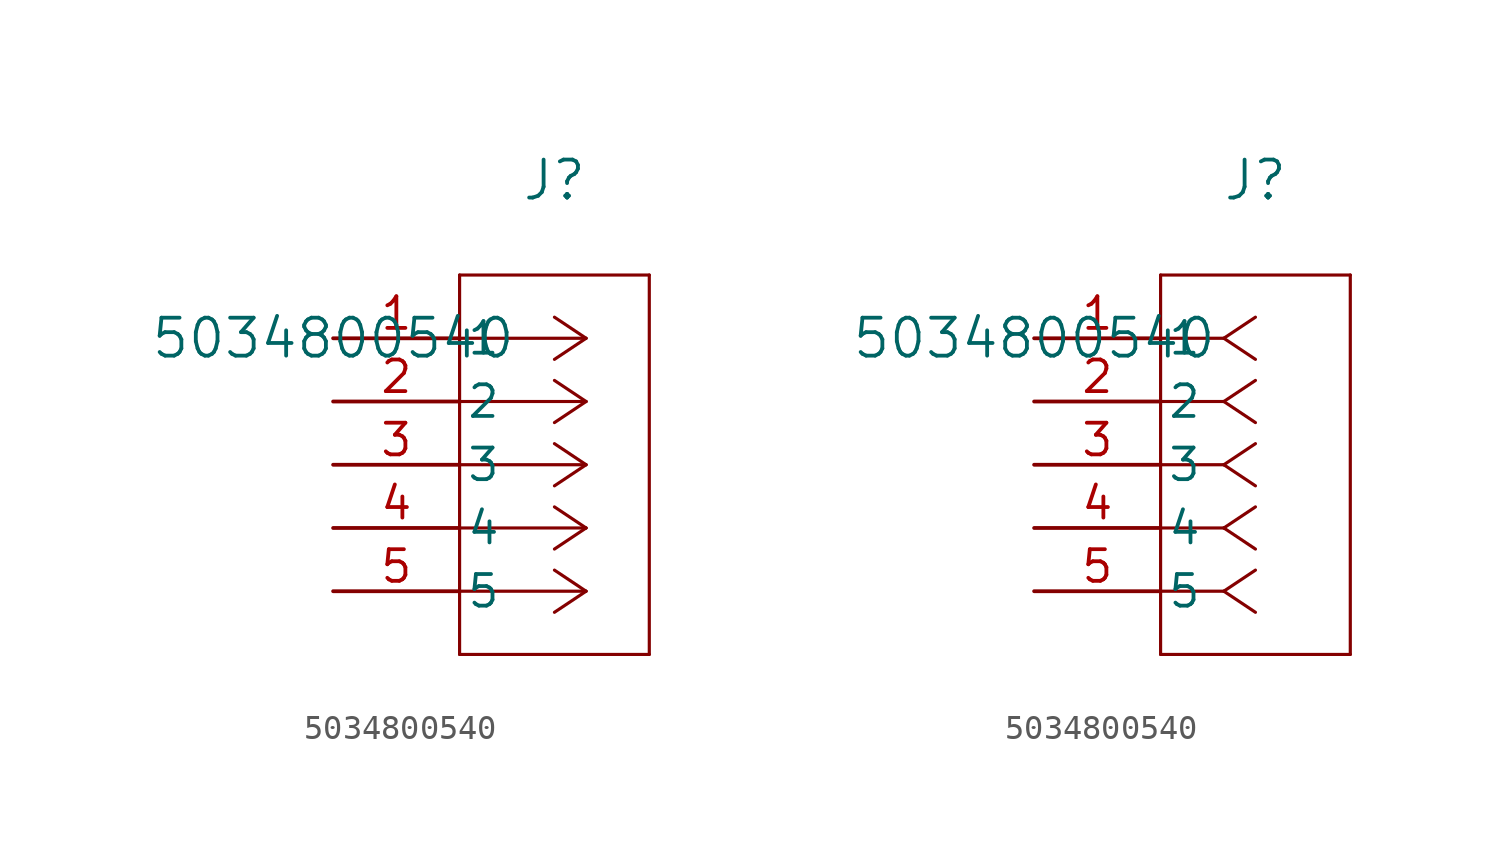
<source format=kicad_sym>
(kicad_symbol_lib
  (version 20211014)
  (generator kicad_symbol_editor)
  (symbol "5034800540"
    (pin_names
      (offset 0.254))
    (property "Reference" "J"
      (at 8.89 6.35 0)
      (effects (font (size 1.524 1.524))))
    (property "Value" "5034800540"
      (at 0 0 0)
      (effects (font (size 1.524 1.524))))
    (symbol "5034800540_1_1"
      (polyline (pts (xy 10.16 0) (xy 5.08 0)) (stroke (width 0.127) (type default) (color 0 0 0 0)) (fill (type none)))
      (polyline (pts (xy 10.16 -2.54) (xy 5.08 -2.54)) (stroke (width 0.127) (type default) (color 0 0 0 0)) (fill (type none)))
      (polyline (pts (xy 10.16 -5.08) (xy 5.08 -5.08)) (stroke (width 0.127) (type default) (color 0 0 0 0)) (fill (type none)))
      (polyline (pts (xy 10.16 -7.62) (xy 5.08 -7.62)) (stroke (width 0.127) (type default) (color 0 0 0 0)) (fill (type none)))
      (polyline (pts (xy 10.16 -10.16) (xy 5.08 -10.16)) (stroke (width 0.127) (type default) (color 0 0 0 0)) (fill (type none)))
      (polyline (pts (xy 10.16 0) (xy 8.89 0.847)) (stroke (width 0.127) (type default) (color 0 0 0 0)) (fill (type none)))
      (polyline (pts (xy 10.16 -2.54) (xy 8.89 -1.693)) (stroke (width 0.127) (type default) (color 0 0 0 0)) (fill (type none)))
      (polyline (pts (xy 10.16 -5.08) (xy 8.89 -4.233)) (stroke (width 0.127) (type default) (color 0 0 0 0)) (fill (type none)))
      (polyline (pts (xy 10.16 -7.62) (xy 8.89 -6.773)) (stroke (width 0.127) (type default) (color 0 0 0 0)) (fill (type none)))
      (polyline (pts (xy 10.16 -10.16) (xy 8.89 -9.313)) (stroke (width 0.127) (type default) (color 0 0 0 0)) (fill (type none)))
      (polyline (pts (xy 10.16 0) (xy 8.89 -0.847)) (stroke (width 0.127) (type default) (color 0 0 0 0)) (fill (type none)))
      (polyline (pts (xy 10.16 -2.54) (xy 8.89 -3.387)) (stroke (width 0.127) (type default) (color 0 0 0 0)) (fill (type none)))
      (polyline (pts (xy 10.16 -5.08) (xy 8.89 -5.927)) (stroke (width 0.127) (type default) (color 0 0 0 0)) (fill (type none)))
      (polyline (pts (xy 10.16 -7.62) (xy 8.89 -8.467)) (stroke (width 0.127) (type default) (color 0 0 0 0)) (fill (type none)))
      (polyline (pts (xy 10.16 -10.16) (xy 8.89 -11.007)) (stroke (width 0.127) (type default) (color 0 0 0 0)) (fill (type none)))
      (polyline (pts (xy 5.08 2.54) (xy 5.08 -12.7)) (stroke (width 0.127) (type default) (color 0 0 0 0)) (fill (type none)))
      (polyline (pts (xy 5.08 -12.7) (xy 12.7 -12.7)) (stroke (width 0.127) (type default) (color 0 0 0 0)) (fill (type none)))
      (polyline (pts (xy 12.7 -12.7) (xy 12.7 2.54)) (stroke (width 0.127) (type default) (color 0 0 0 0)) (fill (type none)))
      (polyline (pts (xy 12.7 2.54) (xy 5.08 2.54)) (stroke (width 0.127) (type default) (color 0 0 0 0)) (fill (type none)))
      (pin unspecified line (at 0 0 0) (length 5.08) (name "1" (effects (font (size 1.27 1.27)))) (number "1" (effects (font (size 1.27 1.27)))))
      (pin unspecified line (at 0 -2.54 0) (length 5.08) (name "2" (effects (font (size 1.27 1.27)))) (number "2" (effects (font (size 1.27 1.27)))))
      (pin unspecified line (at 0 -5.08 0) (length 5.08) (name "3" (effects (font (size 1.27 1.27)))) (number "3" (effects (font (size 1.27 1.27)))))
      (pin unspecified line (at 0 -7.62 0) (length 5.08) (name "4" (effects (font (size 1.27 1.27)))) (number "4" (effects (font (size 1.27 1.27)))))
      (pin unspecified line (at 0 -10.16 0) (length 5.08) (name "5" (effects (font (size 1.27 1.27)))) (number "5" (effects (font (size 1.27 1.27))))))
    (symbol "5034800540_1_2"
      (polyline (pts (xy 7.62 0) (xy 5.08 0)) (stroke (width 0.127) (type default) (color 0 0 0 0)) (fill (type none)))
      (polyline (pts (xy 7.62 -2.54) (xy 5.08 -2.54)) (stroke (width 0.127) (type default) (color 0 0 0 0)) (fill (type none)))
      (polyline (pts (xy 7.62 -5.08) (xy 5.08 -5.08)) (stroke (width 0.127) (type default) (color 0 0 0 0)) (fill (type none)))
      (polyline (pts (xy 7.62 -7.62) (xy 5.08 -7.62)) (stroke (width 0.127) (type default) (color 0 0 0 0)) (fill (type none)))
      (polyline (pts (xy 7.62 -10.16) (xy 5.08 -10.16)) (stroke (width 0.127) (type default) (color 0 0 0 0)) (fill (type none)))
      (polyline (pts (xy 7.62 0) (xy 8.89 0.847)) (stroke (width 0.127) (type default) (color 0 0 0 0)) (fill (type none)))
      (polyline (pts (xy 7.62 -2.54) (xy 8.89 -1.693)) (stroke (width 0.127) (type default) (color 0 0 0 0)) (fill (type none)))
      (polyline (pts (xy 7.62 -5.08) (xy 8.89 -4.233)) (stroke (width 0.127) (type default) (color 0 0 0 0)) (fill (type none)))
      (polyline (pts (xy 7.62 -7.62) (xy 8.89 -6.773)) (stroke (width 0.127) (type default) (color 0 0 0 0)) (fill (type none)))
      (polyline (pts (xy 7.62 -10.16) (xy 8.89 -9.313)) (stroke (width 0.127) (type default) (color 0 0 0 0)) (fill (type none)))
      (polyline (pts (xy 7.62 0) (xy 8.89 -0.847)) (stroke (width 0.127) (type default) (color 0 0 0 0)) (fill (type none)))
      (polyline (pts (xy 7.62 -2.54) (xy 8.89 -3.387)) (stroke (width 0.127) (type default) (color 0 0 0 0)) (fill (type none)))
      (polyline (pts (xy 7.62 -5.08) (xy 8.89 -5.927)) (stroke (width 0.127) (type default) (color 0 0 0 0)) (fill (type none)))
      (polyline (pts (xy 7.62 -7.62) (xy 8.89 -8.467)) (stroke (width 0.127) (type default) (color 0 0 0 0)) (fill (type none)))
      (polyline (pts (xy 7.62 -10.16) (xy 8.89 -11.007)) (stroke (width 0.127) (type default) (color 0 0 0 0)) (fill (type none)))
      (polyline (pts (xy 5.08 2.54) (xy 5.08 -12.7)) (stroke (width 0.127) (type default) (color 0 0 0 0)) (fill (type none)))
      (polyline (pts (xy 5.08 -12.7) (xy 12.7 -12.7)) (stroke (width 0.127) (type default) (color 0 0 0 0)) (fill (type none)))
      (polyline (pts (xy 12.7 -12.7) (xy 12.7 2.54)) (stroke (width 0.127) (type default) (color 0 0 0 0)) (fill (type none)))
      (polyline (pts (xy 12.7 2.54) (xy 5.08 2.54)) (stroke (width 0.127) (type default) (color 0 0 0 0)) (fill (type none)))
      (pin unspecified line (at 0 0 0) (length 5.08) (name "1" (effects (font (size 1.27 1.27)))) (number "1" (effects (font (size 1.27 1.27)))))
      (pin unspecified line (at 0 -2.54 0) (length 5.08) (name "2" (effects (font (size 1.27 1.27)))) (number "2" (effects (font (size 1.27 1.27)))))
      (pin unspecified line (at 0 -5.08 0) (length 5.08) (name "3" (effects (font (size 1.27 1.27)))) (number "3" (effects (font (size 1.27 1.27)))))
      (pin unspecified line (at 0 -7.62 0) (length 5.08) (name "4" (effects (font (size 1.27 1.27)))) (number "4" (effects (font (size 1.27 1.27)))))
      (pin unspecified line (at 0 -10.16 0) (length 5.08) (name "5" (effects (font (size 1.27 1.27)))) (number "5" (effects (font (size 1.27 1.27))))))))
</source>
